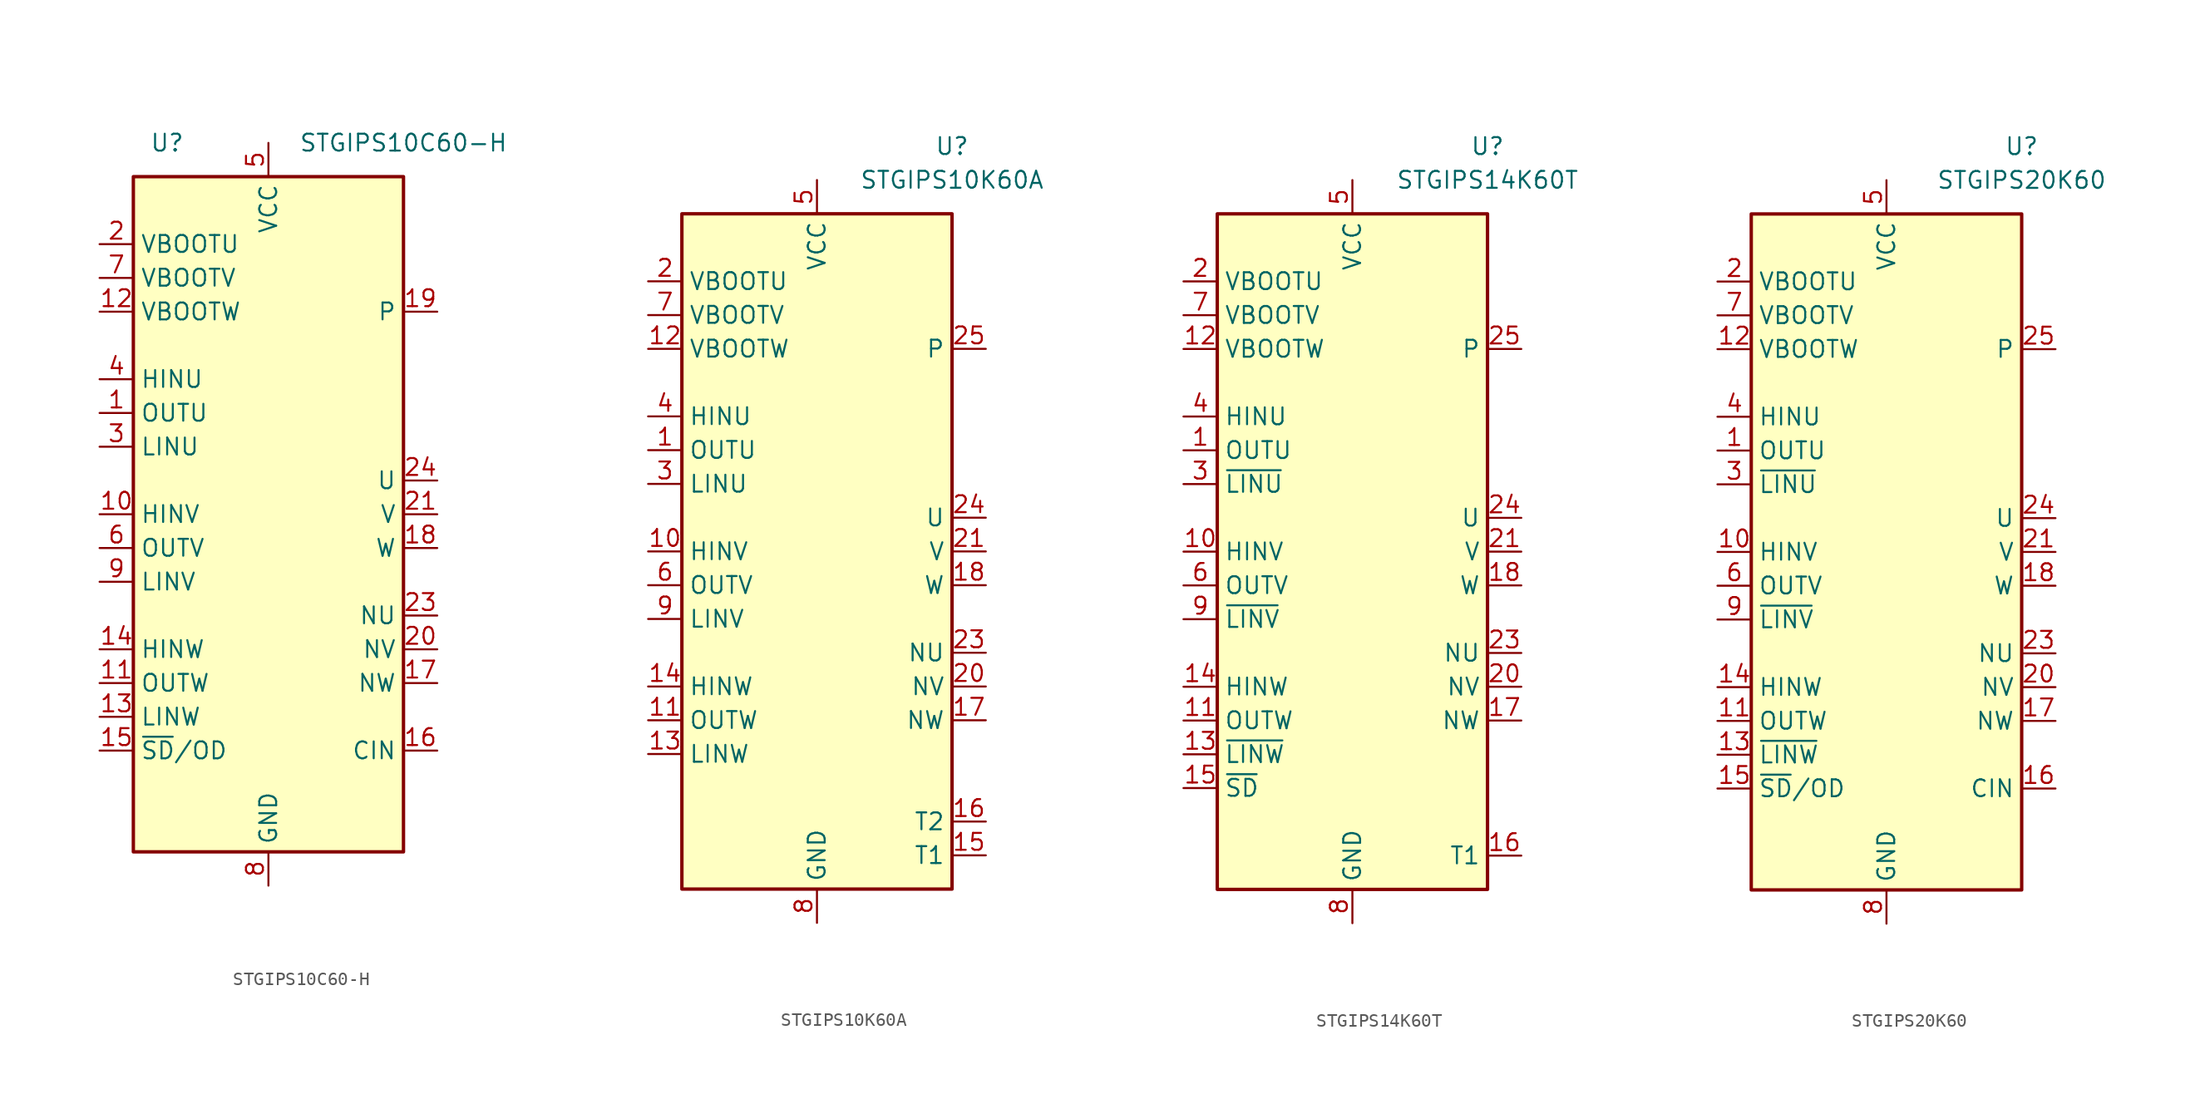
<source format=kicad_sym>
(kicad_symbol_lib
  (version 20220914)
  (generator kicad_symbol_editor)
  (symbol "STGIPS10C60-H"
    (property "Reference" "U"
      (at -7.62 27.94 0)
      (effects (font (size 1.27 1.27))))
    (property "Value" "STGIPS10C60-H"
      (at 10.16 27.94 0)
      (effects (font (size 1.27 1.27))))
    (symbol "STGIPS10C60-H_1_1"
      (rectangle (start -10.16 25.4) (end 10.16 -25.4) (stroke (width 0.254) (type default)) (fill (type background)))
      (pin output line (at -12.7 7.62 0) (length 2.54) (name "OUTU" (effects (font (size 1.27 1.27)))) (number "1" (effects (font (size 1.27 1.27)))))
      (pin input line (at -12.7 0 0) (length 2.54) (name "HINV" (effects (font (size 1.27 1.27)))) (number "10" (effects (font (size 1.27 1.27)))))
      (pin output line (at -12.7 -12.7 0) (length 2.54) (name "OUTW" (effects (font (size 1.27 1.27)))) (number "11" (effects (font (size 1.27 1.27)))))
      (pin passive line (at -12.7 15.24 0) (length 2.54) (name "VBOOTW" (effects (font (size 1.27 1.27)))) (number "12" (effects (font (size 1.27 1.27)))))
      (pin input line (at -12.7 -15.24 0) (length 2.54) (name "LINW" (effects (font (size 1.27 1.27)))) (number "13" (effects (font (size 1.27 1.27)))))
      (pin input line (at -12.7 -10.16 0) (length 2.54) (name "HINW" (effects (font (size 1.27 1.27)))) (number "14" (effects (font (size 1.27 1.27)))))
      (pin input line (at -12.7 -17.78 0) (length 2.54) (name "~{SD}/OD" (effects (font (size 1.27 1.27)))) (number "15" (effects (font (size 1.27 1.27)))))
      (pin input line (at 12.7 -17.78 180) (length 2.54) (name "CIN" (effects (font (size 1.27 1.27)))) (number "16" (effects (font (size 1.27 1.27)))))
      (pin passive line (at 12.7 -12.7 180) (length 2.54) (name "NW" (effects (font (size 1.27 1.27)))) (number "17" (effects (font (size 1.27 1.27)))))
      (pin passive line (at 12.7 -2.54 180) (length 2.54) (name "W" (effects (font (size 1.27 1.27)))) (number "18" (effects (font (size 1.27 1.27)))))
      (pin passive line (at 12.7 15.24 180) (length 2.54) (name "P" (effects (font (size 1.27 1.27)))) (number "19" (effects (font (size 1.27 1.27)))))
      (pin passive line (at -12.7 20.32 0) (length 2.54) (name "VBOOTU" (effects (font (size 1.27 1.27)))) (number "2" (effects (font (size 1.27 1.27)))))
      (pin passive line (at 12.7 -10.16 180) (length 2.54) (name "NV" (effects (font (size 1.27 1.27)))) (number "20" (effects (font (size 1.27 1.27)))))
      (pin passive line (at 12.7 0 180) (length 2.54) (name "V" (effects (font (size 1.27 1.27)))) (number "21" (effects (font (size 1.27 1.27)))))
      (pin passive line (at 12.7 15.24 180) (length 2.54) hide (name "P" (effects (font (size 1.27 1.27)))) (number "22" (effects (font (size 1.27 1.27)))))
      (pin passive line (at 12.7 -7.62 180) (length 2.54) (name "NU" (effects (font (size 1.27 1.27)))) (number "23" (effects (font (size 1.27 1.27)))))
      (pin passive line (at 12.7 2.54 180) (length 2.54) (name "U" (effects (font (size 1.27 1.27)))) (number "24" (effects (font (size 1.27 1.27)))))
      (pin passive line (at 12.7 15.24 180) (length 2.54) hide (name "P" (effects (font (size 1.27 1.27)))) (number "25" (effects (font (size 1.27 1.27)))))
      (pin input line (at -12.7 5.08 0) (length 2.54) (name "LINU" (effects (font (size 1.27 1.27)))) (number "3" (effects (font (size 1.27 1.27)))))
      (pin input line (at -12.7 10.16 0) (length 2.54) (name "HINU" (effects (font (size 1.27 1.27)))) (number "4" (effects (font (size 1.27 1.27)))))
      (pin power_in line (at 0 27.94 270) (length 2.54) (name "VCC" (effects (font (size 1.27 1.27)))) (number "5" (effects (font (size 1.27 1.27)))))
      (pin output line (at -12.7 -2.54 0) (length 2.54) (name "OUTV" (effects (font (size 1.27 1.27)))) (number "6" (effects (font (size 1.27 1.27)))))
      (pin passive line (at -12.7 17.78 0) (length 2.54) (name "VBOOTV" (effects (font (size 1.27 1.27)))) (number "7" (effects (font (size 1.27 1.27)))))
      (pin power_in line (at 0 -27.94 90) (length 2.54) (name "GND" (effects (font (size 1.27 1.27)))) (number "8" (effects (font (size 1.27 1.27)))))
      (pin input line (at -12.7 -5.08 0) (length 2.54) (name "LINV" (effects (font (size 1.27 1.27)))) (number "9" (effects (font (size 1.27 1.27)))))))
  (symbol "STGIPS10K60A"
    (property "Reference" "U"
      (at 10.16 30.48 0)
      (effects (font (size 1.27 1.27))))
    (property "Value" "STGIPS10K60A"
      (at 10.16 27.94 0)
      (effects (font (size 1.27 1.27))))
    (symbol "STGIPS10K60A_0_1"
      (rectangle (start -10.16 25.4) (end 10.16 -25.4) (stroke (width 0.254) (type default)) (fill (type background))))
    (symbol "STGIPS10K60A_1_1"
      (pin output line (at -12.7 7.62 0) (length 2.54) (name "OUTU" (effects (font (size 1.27 1.27)))) (number "1" (effects (font (size 1.27 1.27)))))
      (pin input line (at -12.7 0 0) (length 2.54) (name "HINV" (effects (font (size 1.27 1.27)))) (number "10" (effects (font (size 1.27 1.27)))))
      (pin output line (at -12.7 -12.7 0) (length 2.54) (name "OUTW" (effects (font (size 1.27 1.27)))) (number "11" (effects (font (size 1.27 1.27)))))
      (pin passive line (at -12.7 15.24 0) (length 2.54) (name "VBOOTW" (effects (font (size 1.27 1.27)))) (number "12" (effects (font (size 1.27 1.27)))))
      (pin input line (at -12.7 -15.24 0) (length 2.54) (name "LINW" (effects (font (size 1.27 1.27)))) (number "13" (effects (font (size 1.27 1.27)))))
      (pin input line (at -12.7 -10.16 0) (length 2.54) (name "HINW" (effects (font (size 1.27 1.27)))) (number "14" (effects (font (size 1.27 1.27)))))
      (pin passive line (at 12.7 -22.86 180) (length 2.54) (name "T1" (effects (font (size 1.27 1.27)))) (number "15" (effects (font (size 1.27 1.27)))))
      (pin passive line (at 12.7 -20.32 180) (length 2.54) (name "T2" (effects (font (size 1.27 1.27)))) (number "16" (effects (font (size 1.27 1.27)))))
      (pin passive line (at 12.7 -12.7 180) (length 2.54) (name "NW" (effects (font (size 1.27 1.27)))) (number "17" (effects (font (size 1.27 1.27)))))
      (pin passive line (at 12.7 -2.54 180) (length 2.54) (name "W" (effects (font (size 1.27 1.27)))) (number "18" (effects (font (size 1.27 1.27)))))
      (pin passive line (at 12.7 15.24 180) (length 2.54) hide (name "P" (effects (font (size 1.27 1.27)))) (number "19" (effects (font (size 1.27 1.27)))))
      (pin passive line (at -12.7 20.32 0) (length 2.54) (name "VBOOTU" (effects (font (size 1.27 1.27)))) (number "2" (effects (font (size 1.27 1.27)))))
      (pin passive line (at 12.7 -10.16 180) (length 2.54) (name "NV" (effects (font (size 1.27 1.27)))) (number "20" (effects (font (size 1.27 1.27)))))
      (pin passive line (at 12.7 0 180) (length 2.54) (name "V" (effects (font (size 1.27 1.27)))) (number "21" (effects (font (size 1.27 1.27)))))
      (pin passive line (at 12.7 15.24 180) (length 2.54) hide (name "P" (effects (font (size 1.27 1.27)))) (number "22" (effects (font (size 1.27 1.27)))))
      (pin passive line (at 12.7 -7.62 180) (length 2.54) (name "NU" (effects (font (size 1.27 1.27)))) (number "23" (effects (font (size 1.27 1.27)))))
      (pin passive line (at 12.7 2.54 180) (length 2.54) (name "U" (effects (font (size 1.27 1.27)))) (number "24" (effects (font (size 1.27 1.27)))))
      (pin passive line (at 12.7 15.24 180) (length 2.54) (name "P" (effects (font (size 1.27 1.27)))) (number "25" (effects (font (size 1.27 1.27)))))
      (pin input line (at -12.7 5.08 0) (length 2.54) (name "LINU" (effects (font (size 1.27 1.27)))) (number "3" (effects (font (size 1.27 1.27)))))
      (pin input line (at -12.7 10.16 0) (length 2.54) (name "HINU" (effects (font (size 1.27 1.27)))) (number "4" (effects (font (size 1.27 1.27)))))
      (pin power_in line (at 0 27.94 270) (length 2.54) (name "VCC" (effects (font (size 1.27 1.27)))) (number "5" (effects (font (size 1.27 1.27)))))
      (pin output line (at -12.7 -2.54 0) (length 2.54) (name "OUTV" (effects (font (size 1.27 1.27)))) (number "6" (effects (font (size 1.27 1.27)))))
      (pin passive line (at -12.7 17.78 0) (length 2.54) (name "VBOOTV" (effects (font (size 1.27 1.27)))) (number "7" (effects (font (size 1.27 1.27)))))
      (pin power_in line (at 0 -27.94 90) (length 2.54) (name "GND" (effects (font (size 1.27 1.27)))) (number "8" (effects (font (size 1.27 1.27)))))
      (pin input line (at -12.7 -5.08 0) (length 2.54) (name "LINV" (effects (font (size 1.27 1.27)))) (number "9" (effects (font (size 1.27 1.27)))))))
  (symbol "STGIPS14K60T"
    (property "Reference" "U"
      (at 10.16 30.48 0)
      (effects (font (size 1.27 1.27))))
    (property "Value" "STGIPS14K60T"
      (at 10.16 27.94 0)
      (effects (font (size 1.27 1.27))))
    (symbol "STGIPS14K60T_0_1"
      (rectangle (start -10.16 25.4) (end 10.16 -25.4) (stroke (width 0.254) (type default)) (fill (type background))))
    (symbol "STGIPS14K60T_1_1"
      (pin output line (at -12.7 7.62 0) (length 2.54) (name "OUTU" (effects (font (size 1.27 1.27)))) (number "1" (effects (font (size 1.27 1.27)))))
      (pin input line (at -12.7 0 0) (length 2.54) (name "HINV" (effects (font (size 1.27 1.27)))) (number "10" (effects (font (size 1.27 1.27)))))
      (pin output line (at -12.7 -12.7 0) (length 2.54) (name "OUTW" (effects (font (size 1.27 1.27)))) (number "11" (effects (font (size 1.27 1.27)))))
      (pin passive line (at -12.7 15.24 0) (length 2.54) (name "VBOOTW" (effects (font (size 1.27 1.27)))) (number "12" (effects (font (size 1.27 1.27)))))
      (pin input line (at -12.7 -15.24 0) (length 2.54) (name "~{LINW}" (effects (font (size 1.27 1.27)))) (number "13" (effects (font (size 1.27 1.27)))))
      (pin input line (at -12.7 -10.16 0) (length 2.54) (name "HINW" (effects (font (size 1.27 1.27)))) (number "14" (effects (font (size 1.27 1.27)))))
      (pin input line (at -12.7 -17.78 0) (length 2.54) (name "~{SD}" (effects (font (size 1.27 1.27)))) (number "15" (effects (font (size 1.27 1.27)))))
      (pin passive line (at 12.7 -22.86 180) (length 2.54) (name "T1" (effects (font (size 1.27 1.27)))) (number "16" (effects (font (size 1.27 1.27)))))
      (pin passive line (at 12.7 -12.7 180) (length 2.54) (name "NW" (effects (font (size 1.27 1.27)))) (number "17" (effects (font (size 1.27 1.27)))))
      (pin passive line (at 12.7 -2.54 180) (length 2.54) (name "W" (effects (font (size 1.27 1.27)))) (number "18" (effects (font (size 1.27 1.27)))))
      (pin passive line (at 12.7 15.24 180) (length 2.54) hide (name "P" (effects (font (size 1.27 1.27)))) (number "19" (effects (font (size 1.27 1.27)))))
      (pin passive line (at -12.7 20.32 0) (length 2.54) (name "VBOOTU" (effects (font (size 1.27 1.27)))) (number "2" (effects (font (size 1.27 1.27)))))
      (pin passive line (at 12.7 -10.16 180) (length 2.54) (name "NV" (effects (font (size 1.27 1.27)))) (number "20" (effects (font (size 1.27 1.27)))))
      (pin passive line (at 12.7 0 180) (length 2.54) (name "V" (effects (font (size 1.27 1.27)))) (number "21" (effects (font (size 1.27 1.27)))))
      (pin passive line (at 12.7 15.24 180) (length 2.54) hide (name "P" (effects (font (size 1.27 1.27)))) (number "22" (effects (font (size 1.27 1.27)))))
      (pin passive line (at 12.7 -7.62 180) (length 2.54) (name "NU" (effects (font (size 1.27 1.27)))) (number "23" (effects (font (size 1.27 1.27)))))
      (pin passive line (at 12.7 2.54 180) (length 2.54) (name "U" (effects (font (size 1.27 1.27)))) (number "24" (effects (font (size 1.27 1.27)))))
      (pin passive line (at 12.7 15.24 180) (length 2.54) (name "P" (effects (font (size 1.27 1.27)))) (number "25" (effects (font (size 1.27 1.27)))))
      (pin input line (at -12.7 5.08 0) (length 2.54) (name "~{LINU}" (effects (font (size 1.27 1.27)))) (number "3" (effects (font (size 1.27 1.27)))))
      (pin input line (at -12.7 10.16 0) (length 2.54) (name "HINU" (effects (font (size 1.27 1.27)))) (number "4" (effects (font (size 1.27 1.27)))))
      (pin power_in line (at 0 27.94 270) (length 2.54) (name "VCC" (effects (font (size 1.27 1.27)))) (number "5" (effects (font (size 1.27 1.27)))))
      (pin output line (at -12.7 -2.54 0) (length 2.54) (name "OUTV" (effects (font (size 1.27 1.27)))) (number "6" (effects (font (size 1.27 1.27)))))
      (pin passive line (at -12.7 17.78 0) (length 2.54) (name "VBOOTV" (effects (font (size 1.27 1.27)))) (number "7" (effects (font (size 1.27 1.27)))))
      (pin power_in line (at 0 -27.94 90) (length 2.54) (name "GND" (effects (font (size 1.27 1.27)))) (number "8" (effects (font (size 1.27 1.27)))))
      (pin input line (at -12.7 -5.08 0) (length 2.54) (name "~{LINV}" (effects (font (size 1.27 1.27)))) (number "9" (effects (font (size 1.27 1.27)))))))
  (symbol "STGIPS20K60"
    (property "Reference" "U"
      (at 10.16 30.48 0)
      (effects (font (size 1.27 1.27))))
    (property "Value" "STGIPS20K60"
      (at 10.16 27.94 0)
      (effects (font (size 1.27 1.27))))
    (symbol "STGIPS20K60_0_1"
      (rectangle (start -10.16 25.4) (end 10.16 -25.4) (stroke (width 0.254) (type default)) (fill (type background))))
    (symbol "STGIPS20K60_1_1"
      (pin output line (at -12.7 7.62 0) (length 2.54) (name "OUTU" (effects (font (size 1.27 1.27)))) (number "1" (effects (font (size 1.27 1.27)))))
      (pin input line (at -12.7 0 0) (length 2.54) (name "HINV" (effects (font (size 1.27 1.27)))) (number "10" (effects (font (size 1.27 1.27)))))
      (pin output line (at -12.7 -12.7 0) (length 2.54) (name "OUTW" (effects (font (size 1.27 1.27)))) (number "11" (effects (font (size 1.27 1.27)))))
      (pin passive line (at -12.7 15.24 0) (length 2.54) (name "VBOOTW" (effects (font (size 1.27 1.27)))) (number "12" (effects (font (size 1.27 1.27)))))
      (pin input line (at -12.7 -15.24 0) (length 2.54) (name "~{LINW}" (effects (font (size 1.27 1.27)))) (number "13" (effects (font (size 1.27 1.27)))))
      (pin input line (at -12.7 -10.16 0) (length 2.54) (name "HINW" (effects (font (size 1.27 1.27)))) (number "14" (effects (font (size 1.27 1.27)))))
      (pin input line (at -12.7 -17.78 0) (length 2.54) (name "~{SD}/OD" (effects (font (size 1.27 1.27)))) (number "15" (effects (font (size 1.27 1.27)))))
      (pin input line (at 12.7 -17.78 180) (length 2.54) (name "CIN" (effects (font (size 1.27 1.27)))) (number "16" (effects (font (size 1.27 1.27)))))
      (pin passive line (at 12.7 -12.7 180) (length 2.54) (name "NW" (effects (font (size 1.27 1.27)))) (number "17" (effects (font (size 1.27 1.27)))))
      (pin passive line (at 12.7 -2.54 180) (length 2.54) (name "W" (effects (font (size 1.27 1.27)))) (number "18" (effects (font (size 1.27 1.27)))))
      (pin passive line (at 12.7 15.24 180) (length 2.54) hide (name "P" (effects (font (size 1.27 1.27)))) (number "19" (effects (font (size 1.27 1.27)))))
      (pin passive line (at -12.7 20.32 0) (length 2.54) (name "VBOOTU" (effects (font (size 1.27 1.27)))) (number "2" (effects (font (size 1.27 1.27)))))
      (pin passive line (at 12.7 -10.16 180) (length 2.54) (name "NV" (effects (font (size 1.27 1.27)))) (number "20" (effects (font (size 1.27 1.27)))))
      (pin passive line (at 12.7 0 180) (length 2.54) (name "V" (effects (font (size 1.27 1.27)))) (number "21" (effects (font (size 1.27 1.27)))))
      (pin passive line (at 12.7 15.24 180) (length 2.54) hide (name "P" (effects (font (size 1.27 1.27)))) (number "22" (effects (font (size 1.27 1.27)))))
      (pin passive line (at 12.7 -7.62 180) (length 2.54) (name "NU" (effects (font (size 1.27 1.27)))) (number "23" (effects (font (size 1.27 1.27)))))
      (pin passive line (at 12.7 2.54 180) (length 2.54) (name "U" (effects (font (size 1.27 1.27)))) (number "24" (effects (font (size 1.27 1.27)))))
      (pin passive line (at 12.7 15.24 180) (length 2.54) (name "P" (effects (font (size 1.27 1.27)))) (number "25" (effects (font (size 1.27 1.27)))))
      (pin input line (at -12.7 5.08 0) (length 2.54) (name "~{LINU}" (effects (font (size 1.27 1.27)))) (number "3" (effects (font (size 1.27 1.27)))))
      (pin input line (at -12.7 10.16 0) (length 2.54) (name "HINU" (effects (font (size 1.27 1.27)))) (number "4" (effects (font (size 1.27 1.27)))))
      (pin power_in line (at 0 27.94 270) (length 2.54) (name "VCC" (effects (font (size 1.27 1.27)))) (number "5" (effects (font (size 1.27 1.27)))))
      (pin output line (at -12.7 -2.54 0) (length 2.54) (name "OUTV" (effects (font (size 1.27 1.27)))) (number "6" (effects (font (size 1.27 1.27)))))
      (pin passive line (at -12.7 17.78 0) (length 2.54) (name "VBOOTV" (effects (font (size 1.27 1.27)))) (number "7" (effects (font (size 1.27 1.27)))))
      (pin power_in line (at 0 -27.94 90) (length 2.54) (name "GND" (effects (font (size 1.27 1.27)))) (number "8" (effects (font (size 1.27 1.27)))))
      (pin input line (at -12.7 -5.08 0) (length 2.54) (name "~{LINV}" (effects (font (size 1.27 1.27)))) (number "9" (effects (font (size 1.27 1.27))))))))
</source>
